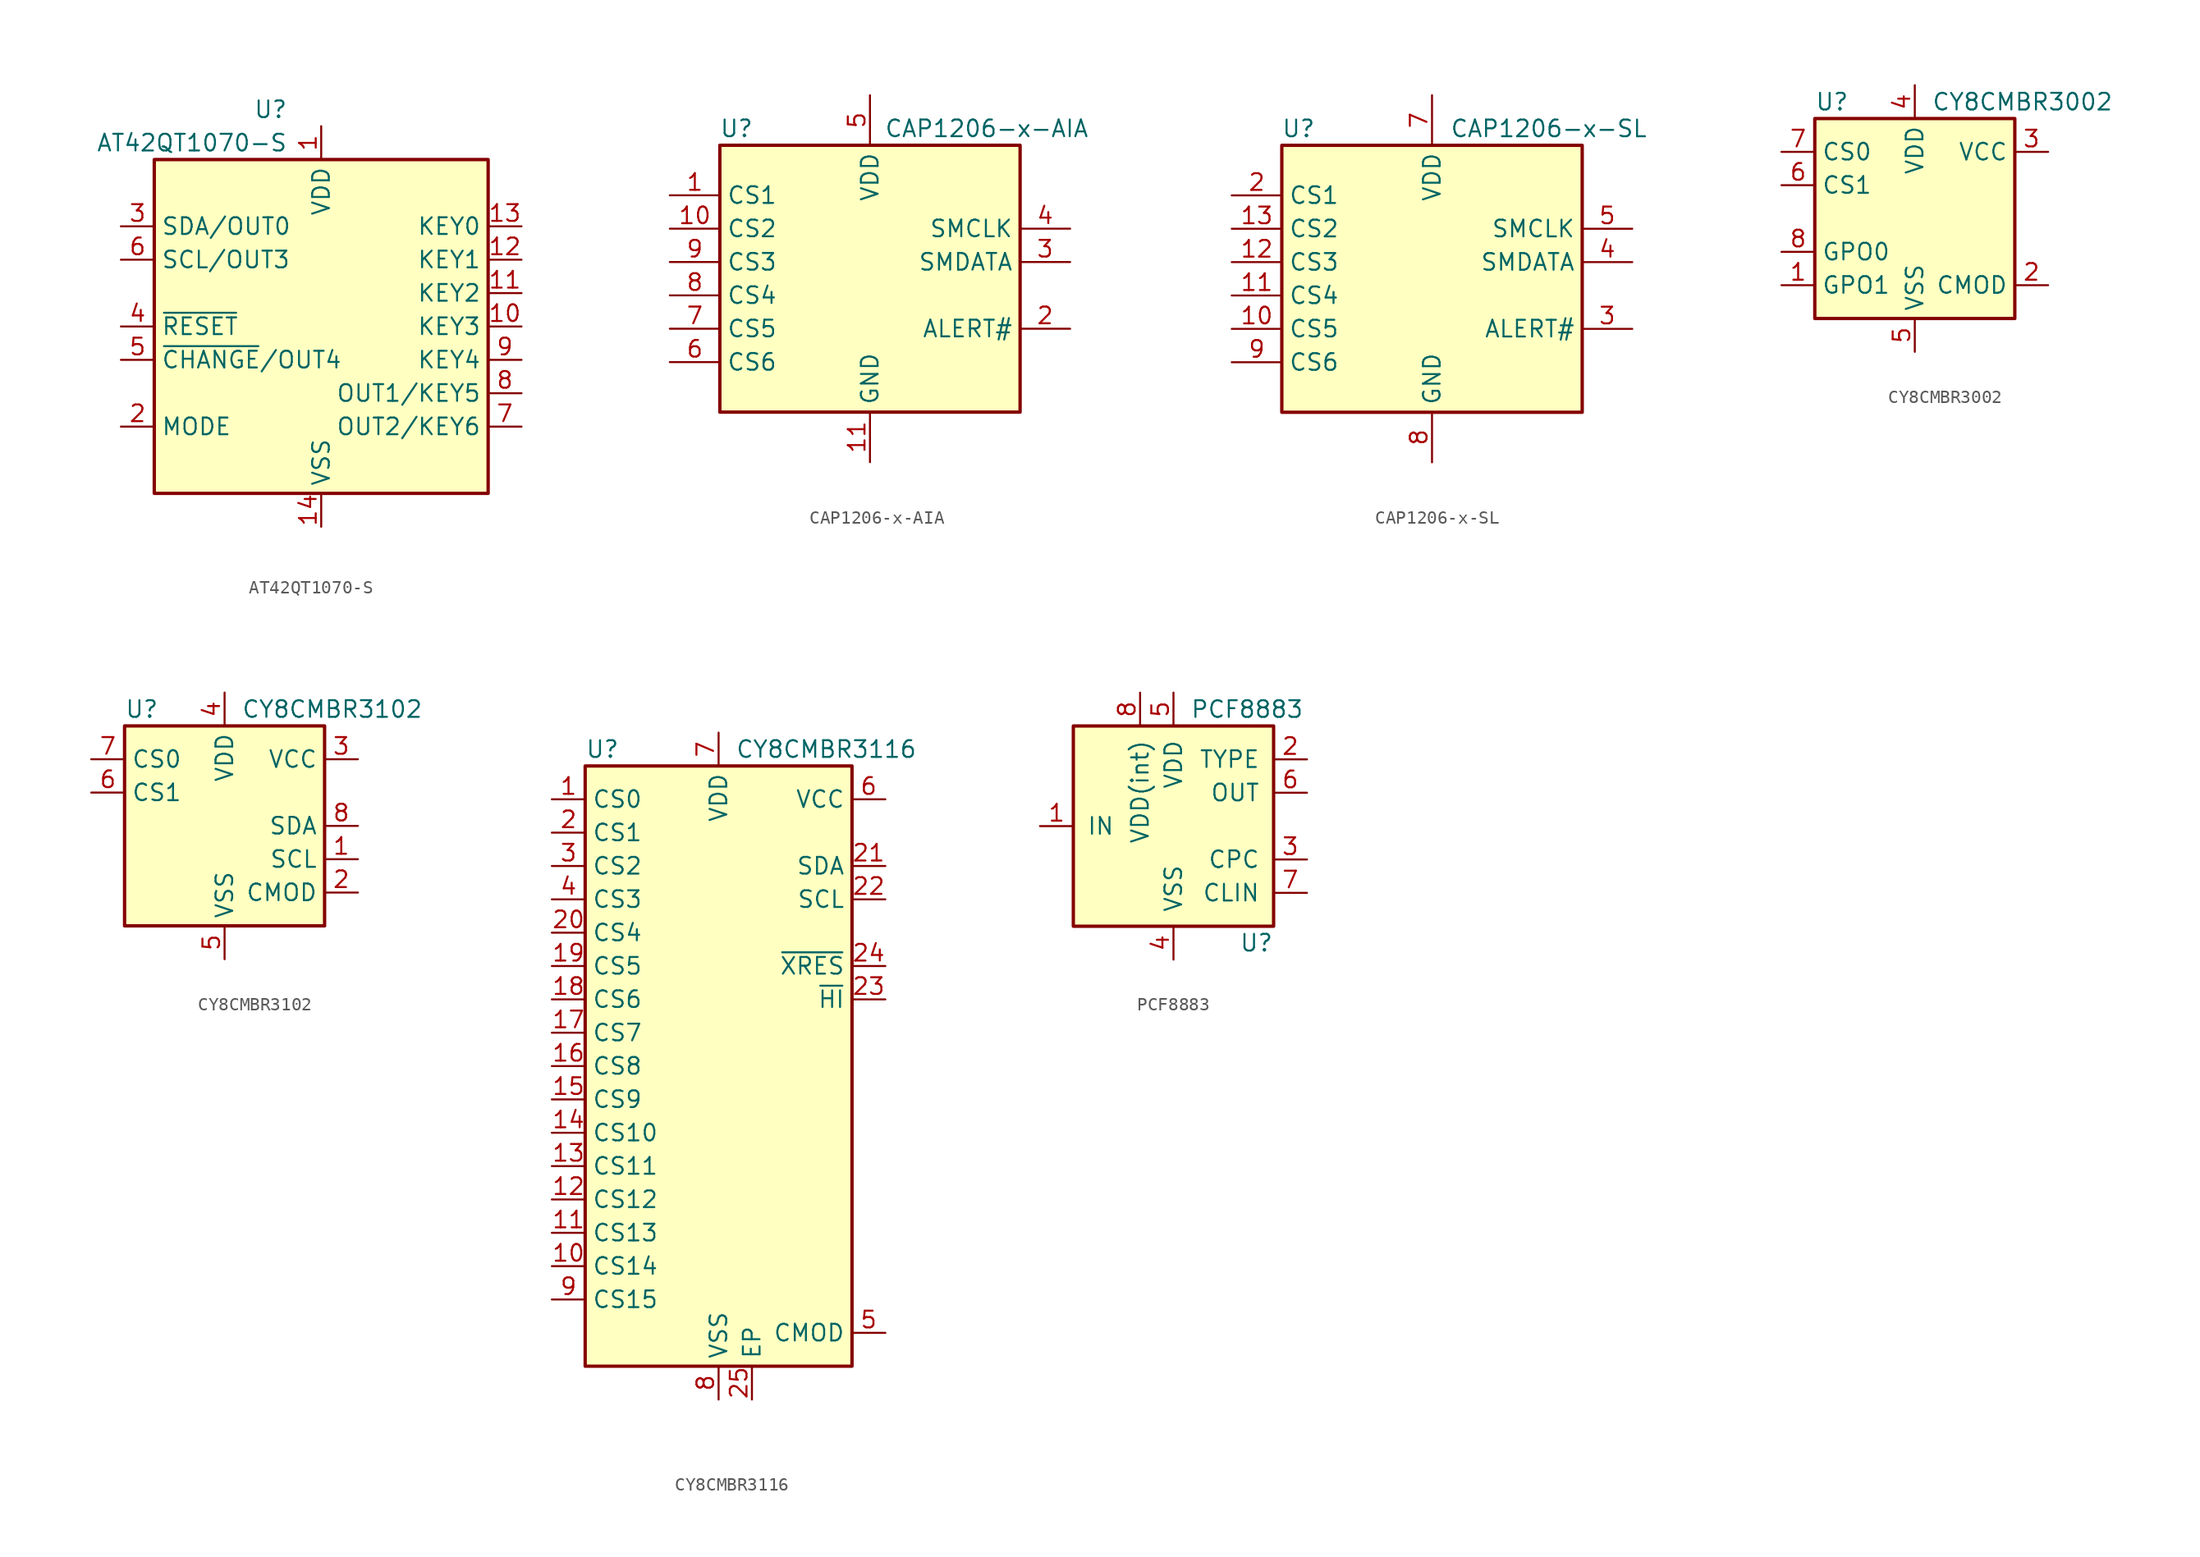
<source format=kicad_sym>
(kicad_symbol_lib
  (version 20201005)
  (generator kicad_symbol_editor)
  (symbol "AT42QT1070-S"
    (property "Reference" "U"
      (at -2.54 16.51 0)
      (effects (font (size 1.27 1.27)) (justify right)))
    (property "Value" "AT42QT1070-S"
      (at -2.54 13.97 0)
      (effects (font (size 1.27 1.27)) (justify right)))
    (symbol "AT42QT1070-S_0_1"
      (rectangle (start -12.7 12.7) (end 12.7 -12.7) (stroke (width 0.254)) (fill (type background))))
    (symbol "AT42QT1070-S_1_1"
      (pin power_in line (at 0 15.24 270) (length 2.54) (name "VDD" (effects (font (size 1.27 1.27)))) (number "1" (effects (font (size 1.27 1.27)))))
      (pin passive line (at 15.24 0 180) (length 2.54) (name "KEY3" (effects (font (size 1.27 1.27)))) (number "10" (effects (font (size 1.27 1.27)))))
      (pin passive line (at 15.24 2.54 180) (length 2.54) (name "KEY2" (effects (font (size 1.27 1.27)))) (number "11" (effects (font (size 1.27 1.27)))))
      (pin passive line (at 15.24 5.08 180) (length 2.54) (name "KEY1" (effects (font (size 1.27 1.27)))) (number "12" (effects (font (size 1.27 1.27)))))
      (pin passive line (at 15.24 7.62 180) (length 2.54) (name "KEY0" (effects (font (size 1.27 1.27)))) (number "13" (effects (font (size 1.27 1.27)))))
      (pin power_in line (at 0 -15.24 90) (length 2.54) (name "VSS" (effects (font (size 1.27 1.27)))) (number "14" (effects (font (size 1.27 1.27)))))
      (pin input line (at -15.24 -7.62 0) (length 2.54) (name "MODE" (effects (font (size 1.27 1.27)))) (number "2" (effects (font (size 1.27 1.27)))))
      (pin bidirectional line (at -15.24 7.62 0) (length 2.54) (name "SDA/OUT0" (effects (font (size 1.27 1.27)))) (number "3" (effects (font (size 1.27 1.27)))))
      (pin input line (at -15.24 0 0) (length 2.54) (name "~RESET" (effects (font (size 1.27 1.27)))) (number "4" (effects (font (size 1.27 1.27)))))
      (pin open_collector line (at -15.24 -2.54 0) (length 2.54) (name "~CHANGE~/OUT4" (effects (font (size 1.27 1.27)))) (number "5" (effects (font (size 1.27 1.27)))))
      (pin bidirectional line (at -15.24 5.08 0) (length 2.54) (name "SCL/OUT3" (effects (font (size 1.27 1.27)))) (number "6" (effects (font (size 1.27 1.27)))))
      (pin output line (at 15.24 -7.62 180) (length 2.54) (name "OUT2/KEY6" (effects (font (size 1.27 1.27)))) (number "7" (effects (font (size 1.27 1.27)))))
      (pin output line (at 15.24 -5.08 180) (length 2.54) (name "OUT1/KEY5" (effects (font (size 1.27 1.27)))) (number "8" (effects (font (size 1.27 1.27)))))
      (pin passive line (at 15.24 -2.54 180) (length 2.54) (name "KEY4" (effects (font (size 1.27 1.27)))) (number "9" (effects (font (size 1.27 1.27)))))))
  (symbol "CAP1206-x-AIA"
    (property "Reference" "U"
      (at -10.16 12.7 0)
      (effects (font (size 1.27 1.27))))
    (property "Value" "CAP1206-x-AIA"
      (at 8.89 12.7 0)
      (effects (font (size 1.27 1.27))))
    (symbol "CAP1206-x-AIA_0_1"
      (rectangle (start -11.43 11.43) (end 11.43 -8.89) (stroke (width 0.254)) (fill (type background))))
    (symbol "CAP1206-x-AIA_1_1"
      (pin passive line (at -15.24 7.62 0) (length 3.81) (name "CS1" (effects (font (size 1.27 1.27)))) (number "1" (effects (font (size 1.27 1.27)))))
      (pin passive line (at -15.24 5.08 0) (length 3.81) (name "CS2" (effects (font (size 1.27 1.27)))) (number "10" (effects (font (size 1.27 1.27)))))
      (pin power_in line (at 0 -12.7 90) (length 3.81) (name "GND" (effects (font (size 1.27 1.27)))) (number "11" (effects (font (size 1.27 1.27)))))
      (pin open_collector line (at 15.24 -2.54 180) (length 3.81) (name "ALERT#" (effects (font (size 1.27 1.27)))) (number "2" (effects (font (size 1.27 1.27)))))
      (pin bidirectional line (at 15.24 2.54 180) (length 3.81) (name "SMDATA" (effects (font (size 1.27 1.27)))) (number "3" (effects (font (size 1.27 1.27)))))
      (pin input line (at 15.24 5.08 180) (length 3.81) (name "SMCLK" (effects (font (size 1.27 1.27)))) (number "4" (effects (font (size 1.27 1.27)))))
      (pin power_in line (at 0 15.24 270) (length 3.81) (name "VDD" (effects (font (size 1.27 1.27)))) (number "5" (effects (font (size 1.27 1.27)))))
      (pin passive line (at -15.24 -5.08 0) (length 3.81) (name "CS6" (effects (font (size 1.27 1.27)))) (number "6" (effects (font (size 1.27 1.27)))))
      (pin passive line (at -15.24 -2.54 0) (length 3.81) (name "CS5" (effects (font (size 1.27 1.27)))) (number "7" (effects (font (size 1.27 1.27)))))
      (pin passive line (at -15.24 0 0) (length 3.81) (name "CS4" (effects (font (size 1.27 1.27)))) (number "8" (effects (font (size 1.27 1.27)))))
      (pin passive line (at -15.24 2.54 0) (length 3.81) (name "CS3" (effects (font (size 1.27 1.27)))) (number "9" (effects (font (size 1.27 1.27)))))))
  (symbol "CAP1206-x-SL"
    (property "Reference" "U"
      (at -10.16 12.7 0)
      (effects (font (size 1.27 1.27))))
    (property "Value" "CAP1206-x-SL"
      (at 8.89 12.7 0)
      (effects (font (size 1.27 1.27))))
    (symbol "CAP1206-x-SL_0_1"
      (rectangle (start -11.43 11.43) (end 11.43 -8.89) (stroke (width 0.254)) (fill (type background))))
    (symbol "CAP1206-x-SL_1_1"
      (pin passive line (at -15.24 -2.54 0) (length 3.81) (name "CS5" (effects (font (size 1.27 1.27)))) (number "10" (effects (font (size 1.27 1.27)))))
      (pin passive line (at -15.24 0 0) (length 3.81) (name "CS4" (effects (font (size 1.27 1.27)))) (number "11" (effects (font (size 1.27 1.27)))))
      (pin passive line (at -15.24 2.54 0) (length 3.81) (name "CS3" (effects (font (size 1.27 1.27)))) (number "12" (effects (font (size 1.27 1.27)))))
      (pin passive line (at -15.24 5.08 0) (length 3.81) (name "CS2" (effects (font (size 1.27 1.27)))) (number "13" (effects (font (size 1.27 1.27)))))
      (pin passive line (at -15.24 7.62 0) (length 3.81) (name "CS1" (effects (font (size 1.27 1.27)))) (number "2" (effects (font (size 1.27 1.27)))))
      (pin open_collector line (at 15.24 -2.54 180) (length 3.81) (name "ALERT#" (effects (font (size 1.27 1.27)))) (number "3" (effects (font (size 1.27 1.27)))))
      (pin bidirectional line (at 15.24 2.54 180) (length 3.81) (name "SMDATA" (effects (font (size 1.27 1.27)))) (number "4" (effects (font (size 1.27 1.27)))))
      (pin input line (at 15.24 5.08 180) (length 3.81) (name "SMCLK" (effects (font (size 1.27 1.27)))) (number "5" (effects (font (size 1.27 1.27)))))
      (pin power_in line (at 0 15.24 270) (length 3.81) (name "VDD" (effects (font (size 1.27 1.27)))) (number "7" (effects (font (size 1.27 1.27)))))
      (pin power_in line (at 0 -12.7 90) (length 3.81) (name "GND" (effects (font (size 1.27 1.27)))) (number "8" (effects (font (size 1.27 1.27)))))
      (pin passive line (at -15.24 -5.08 0) (length 3.81) (name "CS6" (effects (font (size 1.27 1.27)))) (number "9" (effects (font (size 1.27 1.27)))))))
  (symbol "CY8CMBR3002"
    (property "Reference" "U"
      (at -7.62 8.89 0)
      (effects (font (size 1.27 1.27)) (justify left)))
    (property "Value" "CY8CMBR3002"
      (at 1.27 8.89 0)
      (effects (font (size 1.27 1.27)) (justify left)))
    (symbol "CY8CMBR3002_0_1"
      (rectangle (start -7.62 7.62) (end 7.62 -7.62) (stroke (width 0.254)) (fill (type background))))
    (symbol "CY8CMBR3002_1_1"
      (pin output line (at -10.16 -5.08 0) (length 2.54) (name "GPO1" (effects (font (size 1.27 1.27)))) (number "1" (effects (font (size 1.27 1.27)))))
      (pin passive line (at 10.16 -5.08 180) (length 2.54) (name "CMOD" (effects (font (size 1.27 1.27)))) (number "2" (effects (font (size 1.27 1.27)))))
      (pin passive line (at 10.16 5.08 180) (length 2.54) (name "VCC" (effects (font (size 1.27 1.27)))) (number "3" (effects (font (size 1.27 1.27)))))
      (pin power_in line (at 0 10.16 270) (length 2.54) (name "VDD" (effects (font (size 1.27 1.27)))) (number "4" (effects (font (size 1.27 1.27)))))
      (pin power_in line (at 0 -10.16 90) (length 2.54) (name "VSS" (effects (font (size 1.27 1.27)))) (number "5" (effects (font (size 1.27 1.27)))))
      (pin passive line (at -10.16 2.54 0) (length 2.54) (name "CS1" (effects (font (size 1.27 1.27)))) (number "6" (effects (font (size 1.27 1.27)))))
      (pin passive line (at -10.16 5.08 0) (length 2.54) (name "CS0" (effects (font (size 1.27 1.27)))) (number "7" (effects (font (size 1.27 1.27)))))
      (pin output line (at -10.16 -2.54 0) (length 2.54) (name "GPO0" (effects (font (size 1.27 1.27)))) (number "8" (effects (font (size 1.27 1.27)))))))
  (symbol "CY8CMBR3102"
    (property "Reference" "U"
      (at -7.62 8.89 0)
      (effects (font (size 1.27 1.27)) (justify left)))
    (property "Value" "CY8CMBR3102"
      (at 1.27 8.89 0)
      (effects (font (size 1.27 1.27)) (justify left)))
    (symbol "CY8CMBR3102_0_1"
      (rectangle (start -7.62 7.62) (end 7.62 -7.62) (stroke (width 0.254)) (fill (type background))))
    (symbol "CY8CMBR3102_1_1"
      (pin input line (at 10.16 -2.54 180) (length 2.54) (name "SCL" (effects (font (size 1.27 1.27)))) (number "1" (effects (font (size 1.27 1.27)))))
      (pin passive line (at 10.16 -5.08 180) (length 2.54) (name "CMOD" (effects (font (size 1.27 1.27)))) (number "2" (effects (font (size 1.27 1.27)))))
      (pin passive line (at 10.16 5.08 180) (length 2.54) (name "VCC" (effects (font (size 1.27 1.27)))) (number "3" (effects (font (size 1.27 1.27)))))
      (pin power_in line (at 0 10.16 270) (length 2.54) (name "VDD" (effects (font (size 1.27 1.27)))) (number "4" (effects (font (size 1.27 1.27)))))
      (pin power_in line (at 0 -10.16 90) (length 2.54) (name "VSS" (effects (font (size 1.27 1.27)))) (number "5" (effects (font (size 1.27 1.27)))))
      (pin passive line (at -10.16 2.54 0) (length 2.54) (name "CS1" (effects (font (size 1.27 1.27)))) (number "6" (effects (font (size 1.27 1.27)))))
      (pin passive line (at -10.16 5.08 0) (length 2.54) (name "CS0" (effects (font (size 1.27 1.27)))) (number "7" (effects (font (size 1.27 1.27)))))
      (pin bidirectional line (at 10.16 0 180) (length 2.54) (name "SDA" (effects (font (size 1.27 1.27)))) (number "8" (effects (font (size 1.27 1.27)))))))
  (symbol "CY8CMBR3116"
    (property "Reference" "U"
      (at -10.16 24.13 0)
      (effects (font (size 1.27 1.27)) (justify left)))
    (property "Value" "CY8CMBR3116"
      (at 1.27 24.13 0)
      (effects (font (size 1.27 1.27)) (justify left)))
    (symbol "CY8CMBR3116_0_1"
      (rectangle (start -10.16 22.86) (end 10.16 -22.86) (stroke (width 0.254)) (fill (type background))))
    (symbol "CY8CMBR3116_1_1"
      (pin passive line (at -12.7 20.32 0) (length 2.54) (name "CS0" (effects (font (size 1.27 1.27)))) (number "1" (effects (font (size 1.27 1.27)))))
      (pin passive line (at -12.7 -15.24 0) (length 2.54) (name "CS14" (effects (font (size 1.27 1.27)))) (number "10" (effects (font (size 1.27 1.27)))))
      (pin passive line (at -12.7 -12.7 0) (length 2.54) (name "CS13" (effects (font (size 1.27 1.27)))) (number "11" (effects (font (size 1.27 1.27)))))
      (pin passive line (at -12.7 -10.16 0) (length 2.54) (name "CS12" (effects (font (size 1.27 1.27)))) (number "12" (effects (font (size 1.27 1.27)))))
      (pin passive line (at -12.7 -7.62 0) (length 2.54) (name "CS11" (effects (font (size 1.27 1.27)))) (number "13" (effects (font (size 1.27 1.27)))))
      (pin passive line (at -12.7 -5.08 0) (length 2.54) (name "CS10" (effects (font (size 1.27 1.27)))) (number "14" (effects (font (size 1.27 1.27)))))
      (pin passive line (at -12.7 -2.54 0) (length 2.54) (name "CS9" (effects (font (size 1.27 1.27)))) (number "15" (effects (font (size 1.27 1.27)))))
      (pin passive line (at -12.7 0 0) (length 2.54) (name "CS8" (effects (font (size 1.27 1.27)))) (number "16" (effects (font (size 1.27 1.27)))))
      (pin passive line (at -12.7 2.54 0) (length 2.54) (name "CS7" (effects (font (size 1.27 1.27)))) (number "17" (effects (font (size 1.27 1.27)))))
      (pin passive line (at -12.7 5.08 0) (length 2.54) (name "CS6" (effects (font (size 1.27 1.27)))) (number "18" (effects (font (size 1.27 1.27)))))
      (pin passive line (at -12.7 7.62 0) (length 2.54) (name "CS5" (effects (font (size 1.27 1.27)))) (number "19" (effects (font (size 1.27 1.27)))))
      (pin passive line (at -12.7 17.78 0) (length 2.54) (name "CS1" (effects (font (size 1.27 1.27)))) (number "2" (effects (font (size 1.27 1.27)))))
      (pin passive line (at -12.7 10.16 0) (length 2.54) (name "CS4" (effects (font (size 1.27 1.27)))) (number "20" (effects (font (size 1.27 1.27)))))
      (pin bidirectional line (at 12.7 15.24 180) (length 2.54) (name "SDA" (effects (font (size 1.27 1.27)))) (number "21" (effects (font (size 1.27 1.27)))))
      (pin input line (at 12.7 12.7 180) (length 2.54) (name "SCL" (effects (font (size 1.27 1.27)))) (number "22" (effects (font (size 1.27 1.27)))))
      (pin bidirectional line (at 12.7 5.08 180) (length 2.54) (name "~HI" (effects (font (size 1.27 1.27)))) (number "23" (effects (font (size 1.27 1.27)))))
      (pin input line (at 12.7 7.62 180) (length 2.54) (name "~XRES" (effects (font (size 1.27 1.27)))) (number "24" (effects (font (size 1.27 1.27)))))
      (pin passive line (at 2.54 -25.4 90) (length 2.54) (name "EP" (effects (font (size 1.27 1.27)))) (number "25" (effects (font (size 1.27 1.27)))))
      (pin passive line (at -12.7 15.24 0) (length 2.54) (name "CS2" (effects (font (size 1.27 1.27)))) (number "3" (effects (font (size 1.27 1.27)))))
      (pin passive line (at -12.7 12.7 0) (length 2.54) (name "CS3" (effects (font (size 1.27 1.27)))) (number "4" (effects (font (size 1.27 1.27)))))
      (pin passive line (at 12.7 -20.32 180) (length 2.54) (name "CMOD" (effects (font (size 1.27 1.27)))) (number "5" (effects (font (size 1.27 1.27)))))
      (pin passive line (at 12.7 20.32 180) (length 2.54) (name "VCC" (effects (font (size 1.27 1.27)))) (number "6" (effects (font (size 1.27 1.27)))))
      (pin power_in line (at 0 25.4 270) (length 2.54) (name "VDD" (effects (font (size 1.27 1.27)))) (number "7" (effects (font (size 1.27 1.27)))))
      (pin power_in line (at 0 -25.4 90) (length 2.54) (name "VSS" (effects (font (size 1.27 1.27)))) (number "8" (effects (font (size 1.27 1.27)))))
      (pin passive line (at -12.7 -17.78 0) (length 2.54) (name "CS15" (effects (font (size 1.27 1.27)))) (number "9" (effects (font (size 1.27 1.27)))))))
  (symbol "PCF8883"
    (pin_names
      (offset 1.016))
    (property "Reference" "U"
      (at 7.62 -8.89 0)
      (effects (font (size 1.27 1.27)) (justify right)))
    (property "Value" "PCF8883"
      (at 1.27 8.89 0)
      (effects (font (size 1.27 1.27)) (justify left)))
    (symbol "PCF8883_0_1"
      (rectangle (start 7.62 -7.62) (end -7.62 7.62) (stroke (width 0.254)) (fill (type background))))
    (symbol "PCF8883_1_1"
      (pin input line (at -10.16 0 0) (length 2.54) (name "IN" (effects (font (size 1.27 1.27)))) (number "1" (effects (font (size 1.27 1.27)))))
      (pin input line (at 10.16 5.08 180) (length 2.54) (name "TYPE" (effects (font (size 1.27 1.27)))) (number "2" (effects (font (size 1.27 1.27)))))
      (pin bidirectional line (at 10.16 -2.54 180) (length 2.54) (name "CPC" (effects (font (size 1.27 1.27)))) (number "3" (effects (font (size 1.27 1.27)))))
      (pin power_in line (at 0 -10.16 90) (length 2.54) (name "VSS" (effects (font (size 1.27 1.27)))) (number "4" (effects (font (size 1.27 1.27)))))
      (pin power_in line (at 0 10.16 270) (length 2.54) (name "VDD" (effects (font (size 1.27 1.27)))) (number "5" (effects (font (size 1.27 1.27)))))
      (pin output line (at 10.16 2.54 180) (length 2.54) (name "OUT" (effects (font (size 1.27 1.27)))) (number "6" (effects (font (size 1.27 1.27)))))
      (pin bidirectional line (at 10.16 -5.08 180) (length 2.54) (name "CLIN" (effects (font (size 1.27 1.27)))) (number "7" (effects (font (size 1.27 1.27)))))
      (pin power_out line (at -2.54 10.16 270) (length 2.54) (name "VDD(int)" (effects (font (size 1.27 1.27)))) (number "8" (effects (font (size 1.27 1.27))))))))
</source>
